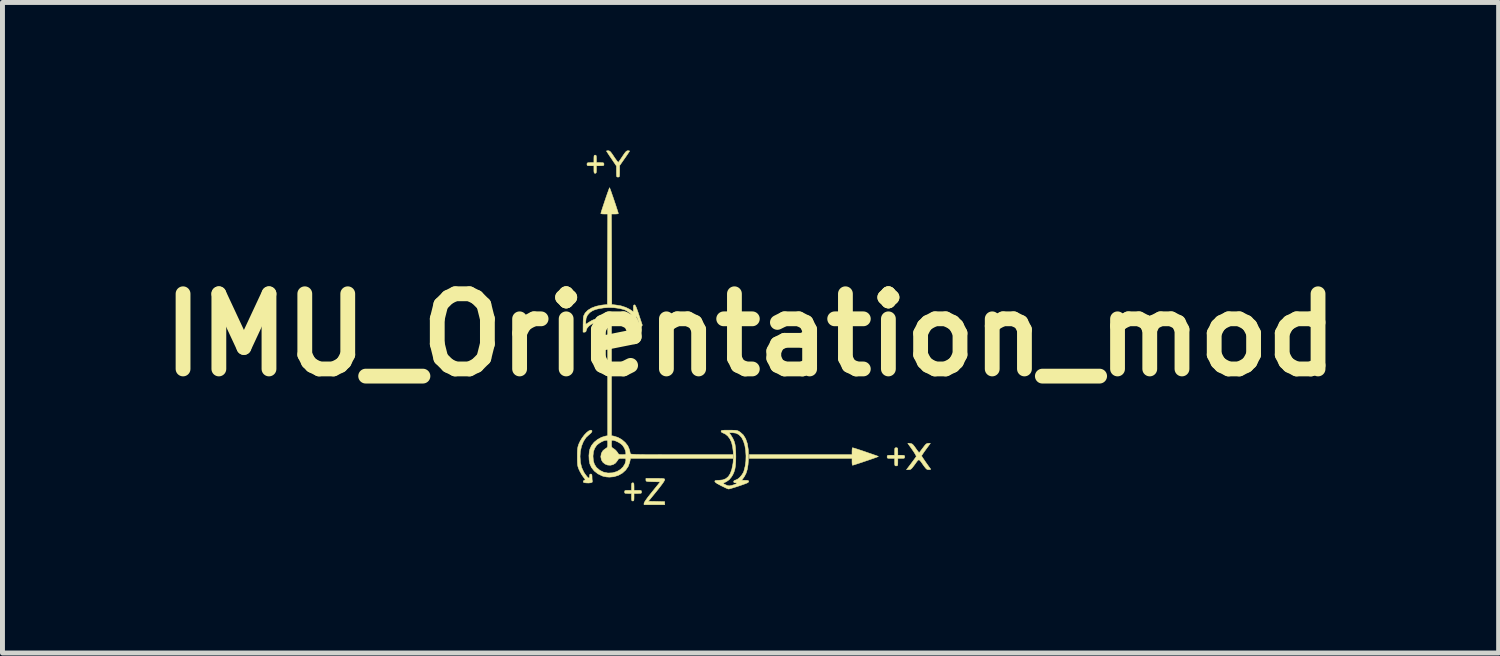
<source format=kicad_pcb>
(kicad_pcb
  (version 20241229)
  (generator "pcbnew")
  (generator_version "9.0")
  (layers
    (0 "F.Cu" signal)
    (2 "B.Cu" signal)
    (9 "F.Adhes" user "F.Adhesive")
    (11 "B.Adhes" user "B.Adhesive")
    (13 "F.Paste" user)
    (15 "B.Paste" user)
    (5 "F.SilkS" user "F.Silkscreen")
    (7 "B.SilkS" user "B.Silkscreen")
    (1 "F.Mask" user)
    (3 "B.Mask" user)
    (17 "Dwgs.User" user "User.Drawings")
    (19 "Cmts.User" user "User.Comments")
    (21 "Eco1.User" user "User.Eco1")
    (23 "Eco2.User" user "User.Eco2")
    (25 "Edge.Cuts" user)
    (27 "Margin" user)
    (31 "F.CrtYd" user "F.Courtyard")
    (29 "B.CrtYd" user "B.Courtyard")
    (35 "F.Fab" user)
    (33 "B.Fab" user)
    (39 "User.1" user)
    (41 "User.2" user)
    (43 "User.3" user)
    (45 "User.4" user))
  (footprint "IMU_Orientation_mod"
    (layer "F.Cu")
    (at 12.163 3.739)
    (property "Reference" "IMU_Orientation_mod" (at 0 0 0) (layer "F.SilkS") (effects (font (size 1.524 1.524) (thickness 0.3))))
    (attr through_hole)
    (fp_poly (pts (xy -1.857 2.908) (xy -1.806 2.909) (xy -1.772 2.911) (xy -1.753 2.915) (xy -1.743 2.92) (xy -1.74 2.929) (xy -1.74 2.937) (xy -1.749 2.957) (xy -1.772 2.994) (xy -1.81 3.046) (xy -1.86 3.111) (xy -1.906 3.169) (xy -2.072 3.372) (xy -1.906 3.375) (xy -1.74 3.379) (xy -1.74 3.442) (xy -2.159 3.442) (xy -2.159 3.413) (xy -2.151 3.392) (xy -2.127 3.353) (xy -2.088 3.299) (xy -2.035 3.231) (xy -1.995 3.181) (xy -1.831 2.978) (xy -1.976 2.975) (xy -2.038 2.973) (xy -2.08 2.971) (xy -2.104 2.967) (xy -2.116 2.961) (xy -2.12 2.951) (xy -2.121 2.94) (xy -2.121 2.908) (xy -1.93 2.908) (xy -1.857 2.908)) (stroke (width 0.01) (type solid)) (fill yes) (layer "F.SilkS"))
    (fp_poly (pts (xy 2.083 2.29) (xy 2.118 2.3) (xy 2.167 2.316) (xy 2.228 2.336) (xy 2.295 2.358) (xy 2.363 2.382) (xy 2.43 2.405) (xy 2.49 2.426) (xy 2.54 2.443) (xy 2.575 2.456) (xy 2.59 2.463) (xy 2.591 2.464) (xy 2.579 2.469) (xy 2.548 2.481) (xy 2.501 2.498) (xy 2.443 2.518) (xy 2.377 2.541) (xy 2.308 2.564) (xy 2.241 2.587) (xy 2.179 2.607) (xy 2.127 2.624) (xy 2.088 2.636) (xy 2.068 2.641) (xy 2.067 2.642) (xy 2.062 2.63) (xy 2.058 2.6) (xy 2.057 2.572) (xy 2.057 2.502) (xy -0.025 2.502) (xy -0.025 2.426) (xy 2.057 2.426) (xy 2.057 2.356) (xy 2.059 2.318) (xy 2.063 2.292) (xy 2.067 2.286) (xy 2.083 2.29)) (stroke (width 0.01) (type solid)) (fill yes) (layer "F.SilkS"))
    (fp_poly (pts (xy -3.135 -3.642) (xy -3.128 -3.63) (xy -3.125 -3.602) (xy -3.124 -3.569) (xy -3.124 -3.493) (xy -3.048 -3.493) (xy -3.006 -3.492) (xy -2.983 -3.488) (xy -2.974 -3.479) (xy -2.972 -3.462) (xy -2.972 -3.461) (xy -2.973 -3.443) (xy -2.982 -3.434) (xy -3.004 -3.43) (xy -3.045 -3.429) (xy -3.048 -3.429) (xy -3.124 -3.429) (xy -3.124 -3.353) (xy -3.125 -3.31) (xy -3.129 -3.287) (xy -3.138 -3.278) (xy -3.15 -3.277) (xy -3.164 -3.279) (xy -3.171 -3.292) (xy -3.175 -3.319) (xy -3.175 -3.353) (xy -3.175 -3.429) (xy -3.245 -3.429) (xy -3.285 -3.43) (xy -3.306 -3.434) (xy -3.314 -3.445) (xy -3.315 -3.461) (xy -3.313 -3.479) (xy -3.303 -3.488) (xy -3.28 -3.492) (xy -3.245 -3.493) (xy -3.175 -3.493) (xy -3.175 -3.569) (xy -3.174 -3.611) (xy -3.17 -3.634) (xy -3.161 -3.643) (xy -3.15 -3.645) (xy -3.135 -3.642)) (stroke (width 0.01) (type solid)) (fill yes) (layer "F.SilkS"))
    (fp_poly (pts (xy -2.373 3) (xy -2.366 3.012) (xy -2.363 3.04) (xy -2.362 3.073) (xy -2.362 3.15) (xy -2.286 3.15) (xy -2.244 3.15) (xy -2.221 3.154) (xy -2.212 3.163) (xy -2.21 3.18) (xy -2.21 3.181) (xy -2.211 3.199) (xy -2.22 3.208) (xy -2.242 3.212) (xy -2.283 3.213) (xy -2.286 3.213) (xy -2.362 3.213) (xy -2.362 3.289) (xy -2.363 3.332) (xy -2.367 3.355) (xy -2.376 3.364) (xy -2.388 3.365) (xy -2.402 3.363) (xy -2.409 3.351) (xy -2.413 3.323) (xy -2.413 3.289) (xy -2.413 3.213) (xy -2.483 3.213) (xy -2.523 3.212) (xy -2.544 3.208) (xy -2.552 3.197) (xy -2.553 3.181) (xy -2.551 3.163) (xy -2.541 3.154) (xy -2.518 3.15) (xy -2.483 3.15) (xy -2.413 3.15) (xy -2.413 3.073) (xy -2.412 3.031) (xy -2.408 3.008) (xy -2.399 2.999) (xy -2.388 2.997) (xy -2.373 3)) (stroke (width 0.01) (type solid)) (fill yes) (layer "F.SilkS"))
    (fp_poly (pts (xy 2.97 2.288) (xy 2.98 2.296) (xy 2.984 2.318) (xy 2.984 2.36) (xy 2.985 2.362) (xy 2.985 2.438) (xy 3.054 2.438) (xy 3.094 2.439) (xy 3.115 2.444) (xy 3.123 2.454) (xy 3.124 2.47) (xy 3.122 2.488) (xy 3.113 2.498) (xy 3.089 2.501) (xy 3.054 2.502) (xy 2.985 2.502) (xy 2.985 2.578) (xy 2.984 2.62) (xy 2.98 2.643) (xy 2.971 2.652) (xy 2.954 2.654) (xy 2.953 2.654) (xy 2.935 2.653) (xy 2.926 2.644) (xy 2.922 2.622) (xy 2.921 2.581) (xy 2.921 2.502) (xy 2.845 2.502) (xy 2.803 2.501) (xy 2.78 2.498) (xy 2.77 2.488) (xy 2.769 2.471) (xy 2.769 2.47) (xy 2.77 2.453) (xy 2.779 2.443) (xy 2.801 2.439) (xy 2.842 2.438) (xy 2.921 2.438) (xy 2.921 2.362) (xy 2.922 2.32) (xy 2.925 2.297) (xy 2.935 2.288) (xy 2.952 2.286) (xy 2.953 2.286) (xy 2.97 2.288)) (stroke (width 0.01) (type solid)) (fill yes) (layer "F.SilkS"))
    (fp_poly (pts (xy -2.867 -3.731) (xy -2.85 -3.722) (xy -2.831 -3.702) (xy -2.805 -3.667) (xy -2.769 -3.614) (xy -2.769 -3.613) (xy -2.737 -3.566) (xy -2.709 -3.529) (xy -2.689 -3.505) (xy -2.68 -3.499) (xy -2.67 -3.511) (xy -2.649 -3.54) (xy -2.621 -3.581) (xy -2.596 -3.619) (xy -2.561 -3.671) (xy -2.536 -3.704) (xy -2.516 -3.724) (xy -2.499 -3.732) (xy -2.486 -3.734) (xy -2.461 -3.732) (xy -2.451 -3.728) (xy -2.458 -3.716) (xy -2.477 -3.688) (xy -2.505 -3.646) (xy -2.54 -3.595) (xy -2.553 -3.577) (xy -2.654 -3.432) (xy -2.654 -3.316) (xy -2.655 -3.262) (xy -2.656 -3.228) (xy -2.66 -3.209) (xy -2.669 -3.202) (xy -2.683 -3.2) (xy -2.686 -3.2) (xy -2.701 -3.201) (xy -2.711 -3.207) (xy -2.716 -3.224) (xy -2.717 -3.255) (xy -2.718 -3.306) (xy -2.718 -3.424) (xy -2.819 -3.574) (xy -2.856 -3.628) (xy -2.886 -3.674) (xy -2.908 -3.708) (xy -2.92 -3.727) (xy -2.921 -3.729) (xy -2.91 -3.732) (xy -2.885 -3.734) (xy -2.867 -3.731)) (stroke (width 0.01) (type solid)) (fill yes) (layer "F.SilkS"))
    (fp_poly (pts (xy -3.216 1.938) (xy -3.214 1.956) (xy -3.229 1.982) (xy -3.259 2.009) (xy -3.263 2.012) (xy -3.332 2.075) (xy -3.386 2.156) (xy -3.426 2.254) (xy -3.45 2.365) (xy -3.456 2.464) (xy -3.448 2.584) (xy -3.423 2.688) (xy -3.38 2.781) (xy -3.353 2.822) (xy -3.316 2.87) (xy -3.29 2.896) (xy -3.273 2.9) (xy -3.265 2.882) (xy -3.264 2.863) (xy -3.261 2.833) (xy -3.25 2.821) (xy -3.239 2.819) (xy -3.223 2.823) (xy -3.216 2.837) (xy -3.213 2.869) (xy -3.213 2.882) (xy -3.212 2.923) (xy -3.208 2.954) (xy -3.206 2.963) (xy -3.209 2.984) (xy -3.235 2.996) (xy -3.284 3.001) (xy -3.318 3) (xy -3.36 2.996) (xy -3.382 2.99) (xy -3.39 2.979) (xy -3.391 2.972) (xy -3.38 2.95) (xy -3.366 2.944) (xy -3.354 2.94) (xy -3.353 2.93) (xy -3.365 2.91) (xy -3.391 2.877) (xy -3.424 2.829) (xy -3.456 2.772) (xy -3.476 2.731) (xy -3.49 2.695) (xy -3.5 2.664) (xy -3.506 2.631) (xy -3.509 2.59) (xy -3.511 2.534) (xy -3.511 2.47) (xy -3.511 2.396) (xy -3.509 2.341) (xy -3.505 2.299) (xy -3.498 2.264) (xy -3.488 2.231) (xy -3.481 2.211) (xy -3.451 2.148) (xy -3.413 2.086) (xy -3.37 2.029) (xy -3.325 1.981) (xy -3.282 1.947) (xy -3.245 1.931) (xy -3.237 1.93) (xy -3.216 1.938)) (stroke (width 0.01) (type solid)) (fill yes) (layer "F.SilkS"))
    (fp_poly (pts (xy 3.235 2.199) (xy 3.259 2.203) (xy 3.279 2.213) (xy 3.3 2.233) (xy 3.327 2.268) (xy 3.346 2.295) (xy 3.375 2.336) (xy 3.399 2.367) (xy 3.414 2.385) (xy 3.416 2.387) (xy 3.426 2.377) (xy 3.447 2.352) (xy 3.475 2.314) (xy 3.492 2.292) (xy 3.526 2.247) (xy 3.55 2.219) (xy 3.57 2.204) (xy 3.589 2.198) (xy 3.603 2.197) (xy 3.645 2.197) (xy 3.556 2.318) (xy 3.521 2.366) (xy 3.493 2.407) (xy 3.474 2.437) (xy 3.467 2.451) (xy 3.474 2.465) (xy 3.493 2.495) (xy 3.52 2.535) (xy 3.552 2.582) (xy 3.586 2.63) (xy 3.618 2.675) (xy 3.646 2.712) (xy 3.648 2.715) (xy 3.651 2.725) (xy 3.633 2.73) (xy 3.615 2.731) (xy 3.59 2.729) (xy 3.571 2.721) (xy 3.551 2.702) (xy 3.524 2.668) (xy 3.508 2.646) (xy 3.469 2.59) (xy 3.441 2.553) (xy 3.421 2.534) (xy 3.403 2.533) (xy 3.385 2.548) (xy 3.36 2.581) (xy 3.331 2.622) (xy 3.295 2.67) (xy 3.269 2.702) (xy 3.249 2.72) (xy 3.232 2.728) (xy 3.211 2.73) (xy 3.207 2.731) (xy 3.161 2.731) (xy 3.255 2.607) (xy 3.292 2.557) (xy 3.323 2.515) (xy 3.346 2.483) (xy 3.358 2.467) (xy 3.358 2.467) (xy 3.355 2.449) (xy 3.337 2.415) (xy 3.306 2.365) (xy 3.277 2.323) (xy 3.187 2.196) (xy 3.235 2.199)) (stroke (width 0.01) (type solid)) (fill yes) (layer "F.SilkS"))
    (fp_poly (pts (xy -0.366 1.931) (xy -0.319 1.932) (xy -0.285 1.935) (xy -0.261 1.941) (xy -0.239 1.952) (xy -0.214 1.968) (xy -0.208 1.972) (xy -0.146 2.028) (xy -0.099 2.105) (xy -0.065 2.203) (xy -0.046 2.322) (xy -0.041 2.462) (xy -0.042 2.508) (xy -0.05 2.625) (xy -0.065 2.72) (xy -0.089 2.8) (xy -0.123 2.866) (xy -0.14 2.892) (xy -0.18 2.946) (xy -0.109 2.946) (xy -0.068 2.948) (xy -0.047 2.952) (xy -0.039 2.963) (xy -0.038 2.971) (xy -0.042 2.981) (xy -0.055 2.993) (xy -0.082 3.006) (xy -0.124 3.022) (xy -0.186 3.044) (xy -0.232 3.06) (xy -0.299 3.082) (xy -0.358 3.1) (xy -0.405 3.114) (xy -0.436 3.122) (xy -0.445 3.123) (xy -0.463 3.118) (xy -0.499 3.103) (xy -0.546 3.08) (xy -0.594 3.057) (xy -0.657 3.023) (xy -0.682 3.008) (xy -0.561 3.008) (xy -0.512 3.034) (xy -0.471 3.052) (xy -0.434 3.059) (xy -0.393 3.053) (xy -0.348 3.04) (xy -0.301 3.022) (xy -0.276 3.009) (xy -0.275 3.001) (xy -0.299 2.997) (xy -0.302 2.997) (xy -0.332 2.994) (xy -0.342 2.98) (xy -0.343 2.973) (xy -0.333 2.953) (xy -0.302 2.941) (xy -0.262 2.923) (xy -0.219 2.888) (xy -0.179 2.841) (xy -0.146 2.789) (xy -0.135 2.761) (xy -0.11 2.664) (xy -0.095 2.559) (xy -0.092 2.451) (xy -0.099 2.344) (xy -0.115 2.244) (xy -0.142 2.156) (xy -0.177 2.086) (xy -0.186 2.073) (xy -0.237 2.02) (xy -0.295 1.991) (xy -0.365 1.981) (xy -0.432 1.981) (xy -0.388 2.048) (xy -0.356 2.103) (xy -0.332 2.157) (xy -0.315 2.217) (xy -0.305 2.286) (xy -0.3 2.372) (xy -0.298 2.464) (xy -0.3 2.567) (xy -0.306 2.651) (xy -0.317 2.719) (xy -0.335 2.778) (xy -0.359 2.832) (xy -0.387 2.878) (xy -0.431 2.932) (xy -0.483 2.969) (xy -0.495 2.976) (xy -0.561 3.008) (xy -0.682 3.008) (xy -0.699 2.998) (xy -0.72 2.978) (xy -0.724 2.969) (xy -0.721 2.957) (xy -0.707 2.95) (xy -0.677 2.947) (xy -0.638 2.946) (xy -0.563 2.938) (xy -0.5 2.913) (xy -0.449 2.87) (xy -0.41 2.808) (xy -0.38 2.724) (xy -0.358 2.617) (xy -0.353 2.582) (xy -0.347 2.481) (xy -0.35 2.374) (xy -0.363 2.27) (xy -0.384 2.181) (xy -0.388 2.17) (xy -0.418 2.107) (xy -0.46 2.051) (xy -0.509 2.01) (xy -0.547 1.992) (xy -0.583 1.976) (xy -0.597 1.957) (xy -0.597 1.954) (xy -0.595 1.944) (xy -0.587 1.938) (xy -0.568 1.934) (xy -0.534 1.931) (xy -0.483 1.931) (xy -0.433 1.93) (xy -0.366 1.931)) (stroke (width 0.01) (type solid)) (fill yes) (layer "F.SilkS"))
    (fp_poly (pts (xy -2.852 -2.973) (xy -2.84 -2.942) (xy -2.823 -2.895) (xy -2.803 -2.836) (xy -2.78 -2.771) (xy -2.757 -2.702) (xy -2.734 -2.635) (xy -2.714 -2.573) (xy -2.697 -2.52) (xy -2.685 -2.482) (xy -2.68 -2.462) (xy -2.68 -2.46) (xy -2.691 -2.455) (xy -2.721 -2.452) (xy -2.75 -2.451) (xy -2.82 -2.451) (xy -2.813 -0.616) (xy -2.731 -0.607) (xy -2.627 -0.59) (xy -2.531 -0.559) (xy -2.449 -0.519) (xy -2.434 -0.509) (xy -2.375 -0.469) (xy -2.375 -0.539) (xy -2.374 -0.58) (xy -2.369 -0.602) (xy -2.358 -0.609) (xy -2.352 -0.61) (xy -2.342 -0.605) (xy -2.331 -0.588) (xy -2.316 -0.557) (xy -2.298 -0.509) (xy -2.274 -0.441) (xy -2.262 -0.404) (xy -2.194 -0.199) (xy -2.262 -0.061) (xy -2.295 0.003) (xy -2.321 0.047) (xy -2.34 0.07) (xy -2.352 0.076) (xy -2.364 0.073) (xy -2.371 0.059) (xy -2.374 0.03) (xy -2.375 -0.01) (xy -2.381 -0.08) (xy -2.4 -0.135) (xy -2.437 -0.182) (xy -2.477 -0.215) (xy -2.528 -0.242) (xy -2.595 -0.266) (xy -2.67 -0.283) (xy -2.744 -0.292) (xy -2.762 -0.292) (xy -2.819 -0.292) (xy -2.819 2.042) (xy -2.772 2.051) (xy -2.688 2.077) (xy -2.609 2.122) (xy -2.541 2.18) (xy -2.488 2.247) (xy -2.458 2.315) (xy -2.447 2.356) (xy -2.44 2.39) (xy -2.438 2.403) (xy -2.438 2.407) (xy -2.434 2.41) (xy -2.426 2.413) (xy -2.412 2.416) (xy -2.39 2.418) (xy -2.36 2.42) (xy -2.318 2.422) (xy -2.264 2.423) (xy -2.196 2.424) (xy -2.112 2.425) (xy -2.011 2.425) (xy -1.891 2.425) (xy -1.75 2.426) (xy -1.588 2.426) (xy -1.401 2.426) (xy -1.397 2.426) (xy -0.356 2.426) (xy -0.356 2.502) (xy -2.433 2.502) (xy -2.449 2.578) (xy -2.479 2.663) (xy -2.53 2.738) (xy -2.598 2.8) (xy -2.68 2.846) (xy -2.772 2.874) (xy -2.86 2.882) (xy -2.92 2.878) (xy -2.981 2.866) (xy -3.006 2.858) (xy -3.094 2.815) (xy -3.168 2.757) (xy -3.224 2.686) (xy -3.258 2.611) (xy -3.272 2.535) (xy -3.275 2.464) (xy -3.193 2.464) (xy -3.186 2.551) (xy -3.165 2.621) (xy -3.126 2.682) (xy -3.121 2.688) (xy -3.055 2.744) (xy -2.977 2.782) (xy -2.89 2.799) (xy -2.799 2.795) (xy -2.71 2.769) (xy -2.705 2.767) (xy -2.638 2.727) (xy -2.584 2.675) (xy -2.546 2.614) (xy -2.528 2.551) (xy -2.528 2.537) (xy -2.529 2.517) (xy -2.537 2.507) (xy -2.558 2.503) (xy -2.597 2.502) (xy -2.601 2.502) (xy -2.642 2.503) (xy -2.667 2.508) (xy -2.683 2.521) (xy -2.698 2.547) (xy -2.737 2.597) (xy -2.786 2.628) (xy -2.841 2.641) (xy -2.897 2.637) (xy -2.948 2.617) (xy -2.992 2.582) (xy -3.022 2.534) (xy -3.035 2.472) (xy -3.035 2.465) (xy -3.024 2.399) (xy -2.99 2.343) (xy -2.94 2.304) (xy -2.915 2.289) (xy -2.902 2.273) (xy -2.897 2.249) (xy -2.896 2.207) (xy -2.896 2.207) (xy -2.819 2.207) (xy -2.818 2.248) (xy -2.813 2.273) (xy -2.799 2.29) (xy -2.772 2.307) (xy -2.771 2.307) (xy -2.734 2.336) (xy -2.703 2.373) (xy -2.698 2.38) (xy -2.683 2.406) (xy -2.667 2.419) (xy -2.643 2.425) (xy -2.601 2.426) (xy -2.601 2.426) (xy -2.559 2.425) (xy -2.537 2.421) (xy -2.529 2.411) (xy -2.527 2.394) (xy -2.536 2.345) (xy -2.559 2.29) (xy -2.592 2.24) (xy -2.601 2.23) (xy -2.636 2.201) (xy -2.682 2.173) (xy -2.732 2.15) (xy -2.775 2.136) (xy -2.791 2.134) (xy -2.807 2.136) (xy -2.816 2.146) (xy -2.819 2.171) (xy -2.819 2.207) (xy -2.896 2.207) (xy -2.896 2.166) (xy -2.901 2.144) (xy -2.91 2.135) (xy -2.924 2.134) (xy -2.965 2.142) (xy -3.015 2.163) (xy -3.065 2.193) (xy -3.108 2.226) (xy -3.12 2.238) (xy -3.16 2.298) (xy -3.184 2.366) (xy -3.193 2.45) (xy -3.193 2.464) (xy -3.275 2.464) (xy -3.276 2.449) (xy -3.268 2.364) (xy -3.257 2.315) (xy -3.224 2.242) (xy -3.17 2.175) (xy -3.1 2.118) (xy -3.021 2.075) (xy -2.943 2.051) (xy -2.896 2.042) (xy -2.896 -0.296) (xy -2.988 -0.289) (xy -3.075 -0.276) (xy -3.155 -0.251) (xy -3.224 -0.218) (xy -3.279 -0.178) (xy -3.316 -0.133) (xy -3.33 -0.092) (xy -3.338 -0.066) (xy -3.358 -0.057) (xy -3.364 -0.057) (xy -3.395 -0.057) (xy -3.394 -0.206) (xy -3.393 -0.267) (xy -3.393 -0.273) (xy -3.34 -0.273) (xy -3.34 -0.216) (xy -3.273 -0.259) (xy -3.219 -0.292) (xy -3.164 -0.316) (xy -3.105 -0.332) (xy -3.035 -0.343) (xy -2.95 -0.348) (xy -2.857 -0.349) (xy -2.754 -0.348) (xy -2.671 -0.342) (xy -2.602 -0.331) (xy -2.544 -0.313) (xy -2.49 -0.288) (xy -2.443 -0.26) (xy -2.391 -0.219) (xy -2.356 -0.171) (xy -2.348 -0.155) (xy -2.33 -0.121) (xy -2.316 -0.1) (xy -2.31 -0.096) (xy -2.301 -0.109) (xy -2.287 -0.138) (xy -2.279 -0.153) (xy -2.266 -0.195) (xy -2.266 -0.239) (xy -2.279 -0.292) (xy -2.3 -0.349) (xy -2.317 -0.387) (xy -2.321 -0.346) (xy -2.332 -0.314) (xy -2.349 -0.303) (xy -2.367 -0.314) (xy -2.38 -0.345) (xy -2.398 -0.385) (xy -2.434 -0.429) (xy -2.481 -0.469) (xy -2.533 -0.501) (xy -2.561 -0.513) (xy -2.655 -0.537) (xy -2.764 -0.552) (xy -2.876 -0.556) (xy -2.975 -0.549) (xy -3.069 -0.534) (xy -3.142 -0.516) (xy -3.201 -0.492) (xy -3.25 -0.46) (xy -3.257 -0.455) (xy -3.306 -0.401) (xy -3.333 -0.337) (xy -3.34 -0.273) (xy -3.393 -0.273) (xy -3.391 -0.322) (xy -3.387 -0.363) (xy -3.384 -0.384) (xy -3.352 -0.446) (xy -3.297 -0.501) (xy -3.223 -0.546) (xy -3.131 -0.581) (xy -3.025 -0.603) (xy -2.987 -0.608) (xy -2.902 -0.616) (xy -2.899 -1.534) (xy -2.895 -2.451) (xy -2.965 -2.451) (xy -3.004 -2.453) (xy -3.029 -2.457) (xy -3.035 -2.46) (xy -3.031 -2.476) (xy -3.021 -2.511) (xy -3.005 -2.561) (xy -2.985 -2.622) (xy -2.963 -2.688) (xy -2.94 -2.757) (xy -2.917 -2.824) (xy -2.896 -2.884) (xy -2.878 -2.933) (xy -2.865 -2.968) (xy -2.858 -2.984) (xy -2.857 -2.985) (xy -2.852 -2.973)) (stroke (width 0.01) (type solid)) (fill yes) (layer "F.SilkS")))
  (gr_rect
    (start -3 -3)
    (end 27.326 10.186)
    (stroke (width 0.1) (type default))
    (fill no)
    (layer "Edge.Cuts")))
</source>
